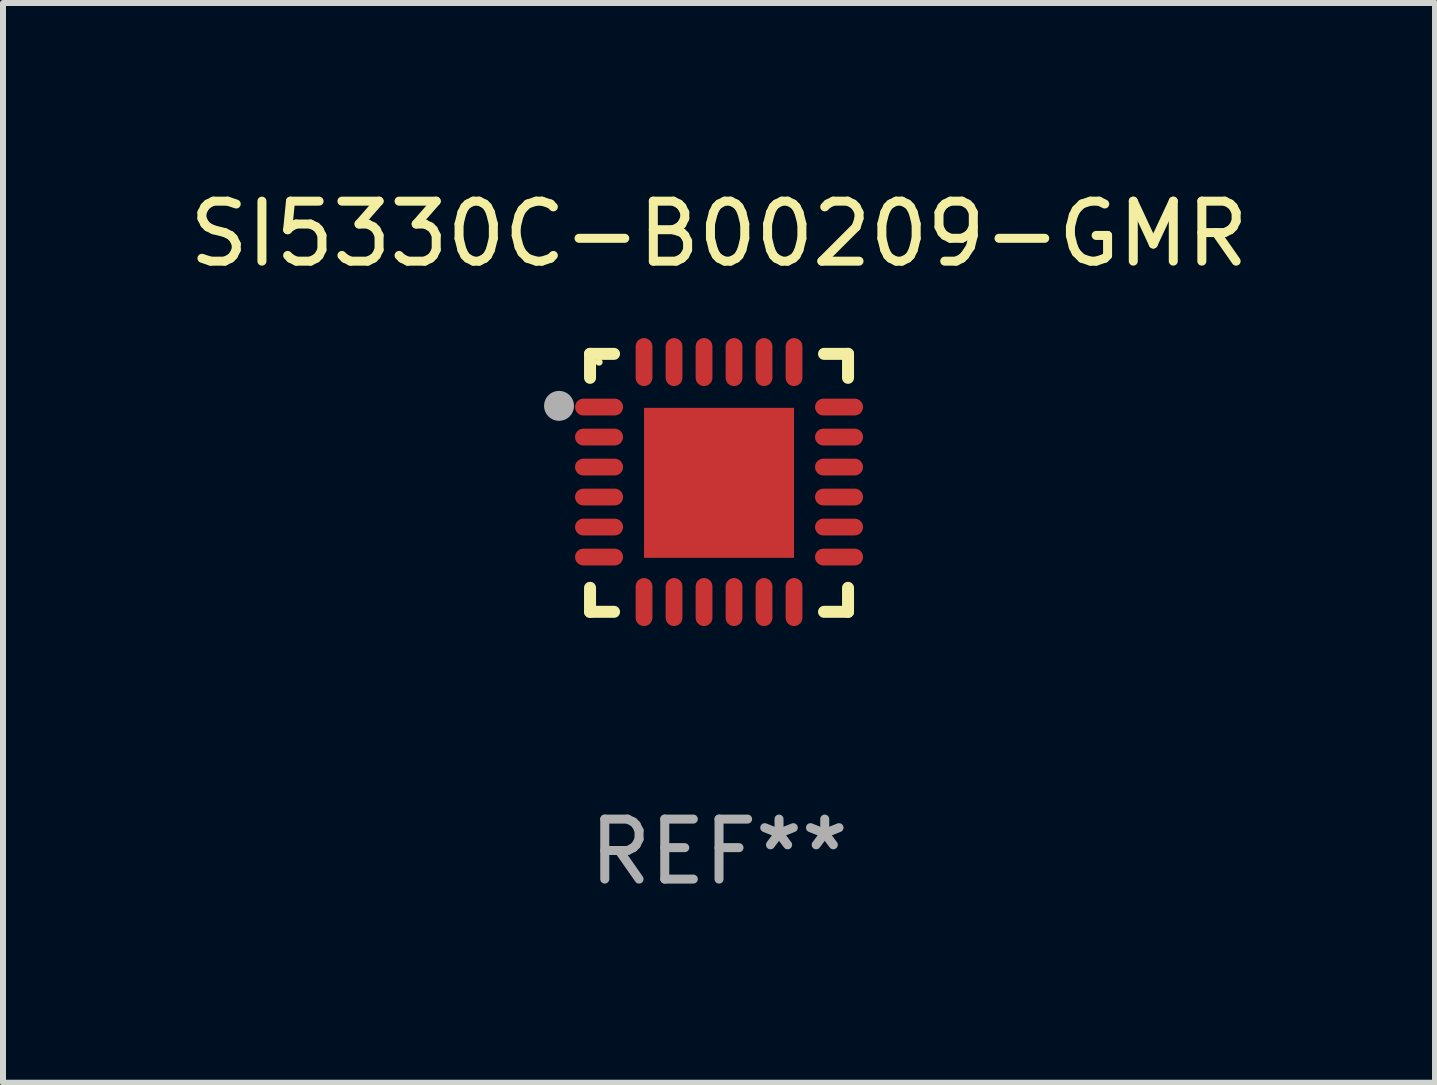
<source format=kicad_pcb>
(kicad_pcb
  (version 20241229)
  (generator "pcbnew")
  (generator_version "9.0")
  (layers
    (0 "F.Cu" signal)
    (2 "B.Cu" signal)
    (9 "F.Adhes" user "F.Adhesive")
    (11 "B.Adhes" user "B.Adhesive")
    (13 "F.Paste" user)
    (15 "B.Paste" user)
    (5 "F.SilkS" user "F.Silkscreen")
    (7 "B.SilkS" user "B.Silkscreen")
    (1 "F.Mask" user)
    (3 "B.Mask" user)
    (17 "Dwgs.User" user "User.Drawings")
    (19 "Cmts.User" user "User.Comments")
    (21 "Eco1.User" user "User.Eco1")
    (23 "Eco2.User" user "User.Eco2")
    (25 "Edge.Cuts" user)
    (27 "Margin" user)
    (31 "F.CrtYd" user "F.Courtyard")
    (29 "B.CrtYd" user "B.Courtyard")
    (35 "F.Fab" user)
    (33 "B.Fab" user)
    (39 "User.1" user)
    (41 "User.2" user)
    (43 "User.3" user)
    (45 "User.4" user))
  (footprint "SI5330C-B00209-GMR"
    (layer "F.Cu")
    (at 8.935 4.998)
    (property "Reference" "SI5330C-B00209-GMR" (at 0 -4.15 0) (layer "F.SilkS") (effects (font (size 1 1) (thickness 0.15))))
    (attr through_hole)
    (fp_line (start -2.15 -2.15) (end -1.75 -2.15) (stroke (width 0.2) (type solid)) (layer "F.SilkS"))
    (fp_line (start -2.15 -1.75) (end -2.15 -2.15) (stroke (width 0.2) (type solid)) (layer "F.SilkS"))
    (fp_line (start -2.15 2.15) (end -2.15 1.75) (stroke (width 0.2) (type solid)) (layer "F.SilkS"))
    (fp_line (start -1.75 2.15) (end -2.15 2.15) (stroke (width 0.2) (type solid)) (layer "F.SilkS"))
    (fp_line (start 1.75 -2.15) (end 2.15 -2.15) (stroke (width 0.2) (type solid)) (layer "F.SilkS"))
    (fp_line (start 1.75 2.15) (end 2.15 2.15) (stroke (width 0.2) (type solid)) (layer "F.SilkS"))
    (fp_line (start 2.15 -2.15) (end 2.15 -1.75) (stroke (width 0.2) (type solid)) (layer "F.SilkS"))
    (fp_line (start 2.15 2.15) (end 2.15 1.75) (stroke (width 0.2) (type solid)) (layer "F.SilkS"))
    (fp_circle (center -2 -2.013) (end -1.97 -2.013) (stroke (width 0.06) (type solid)) (fill no) (layer "F.SilkS"))
    (fp_circle (center -2.667 -1.283) (end -2.542 -1.283) (stroke (width 0.25) (type solid)) (fill no) (layer "F.Fab"))
    (fp_text user "REF**" (at 0 6.15 0) (layer "F.Fab") (effects (font (size 1 1) (thickness 0.15))))
    (pad "1" smd oval (at -2 -1.263) (size 0.8 0.28) (layers "F.Cu" "F.Mask" "F.Paste"))
    (pad "2" smd oval (at -2 -0.763) (size 0.8 0.28) (layers "F.Cu" "F.Mask" "F.Paste"))
    (pad "3" smd oval (at -2 -0.263) (size 0.8 0.28) (layers "F.Cu" "F.Mask" "F.Paste"))
    (pad "4" smd oval (at -2 0.237) (size 0.8 0.28) (layers "F.Cu" "F.Mask" "F.Paste"))
    (pad "5" smd oval (at -2 0.737) (size 0.8 0.28) (layers "F.Cu" "F.Mask" "F.Paste"))
    (pad "6" smd oval (at -2 1.237) (size 0.8 0.28) (layers "F.Cu" "F.Mask" "F.Paste"))
    (pad "7" smd oval (at -1.25 1.987) (size 0.28 0.8) (layers "F.Cu" "F.Mask" "F.Paste"))
    (pad "8" smd oval (at -0.75 1.987) (size 0.28 0.8) (layers "F.Cu" "F.Mask" "F.Paste"))
    (pad "9" smd oval (at -0.25 1.987) (size 0.28 0.8) (layers "F.Cu" "F.Mask" "F.Paste"))
    (pad "10" smd oval (at 0.25 1.987) (size 0.28 0.8) (layers "F.Cu" "F.Mask" "F.Paste"))
    (pad "11" smd oval (at 0.75 1.987) (size 0.28 0.8) (layers "F.Cu" "F.Mask" "F.Paste"))
    (pad "12" smd oval (at 1.25 1.987) (size 0.28 0.8) (layers "F.Cu" "F.Mask" "F.Paste"))
    (pad "13" smd oval (at 2 1.237) (size 0.8 0.28) (layers "F.Cu" "F.Mask" "F.Paste"))
    (pad "14" smd oval (at 2 0.737) (size 0.8 0.28) (layers "F.Cu" "F.Mask" "F.Paste"))
    (pad "15" smd oval (at 2 0.237) (size 0.8 0.28) (layers "F.Cu" "F.Mask" "F.Paste"))
    (pad "16" smd oval (at 2 -0.263) (size 0.8 0.28) (layers "F.Cu" "F.Mask" "F.Paste"))
    (pad "17" smd oval (at 2 -0.763) (size 0.8 0.28) (layers "F.Cu" "F.Mask" "F.Paste"))
    (pad "18" smd oval (at 2 -1.263) (size 0.8 0.28) (layers "F.Cu" "F.Mask" "F.Paste"))
    (pad "19" smd oval (at 1.25 -2.013) (size 0.28 0.8) (layers "F.Cu" "F.Mask" "F.Paste"))
    (pad "20" smd oval (at 0.75 -2.013) (size 0.28 0.8) (layers "F.Cu" "F.Mask" "F.Paste"))
    (pad "21" smd oval (at 0.25 -2.013) (size 0.28 0.8) (layers "F.Cu" "F.Mask" "F.Paste"))
    (pad "22" smd oval (at -0.25 -2.013) (size 0.28 0.8) (layers "F.Cu" "F.Mask" "F.Paste"))
    (pad "23" smd oval (at -0.75 -2.013) (size 0.28 0.8) (layers "F.Cu" "F.Mask" "F.Paste"))
    (pad "24" smd oval (at -1.25 -2.013) (size 0.28 0.8) (layers "F.Cu" "F.Mask" "F.Paste"))
    (pad "25" smd rect (at -0.000127 -0.00014) (size 2.5 2.5) (layers "F.Cu" "F.Mask" "F.Paste")))
  (gr_rect
    (start -3 -3)
    (end 20.869 14.997)
    (stroke (width 0.1) (type default))
    (fill no)
    (layer "Edge.Cuts")))
</source>
